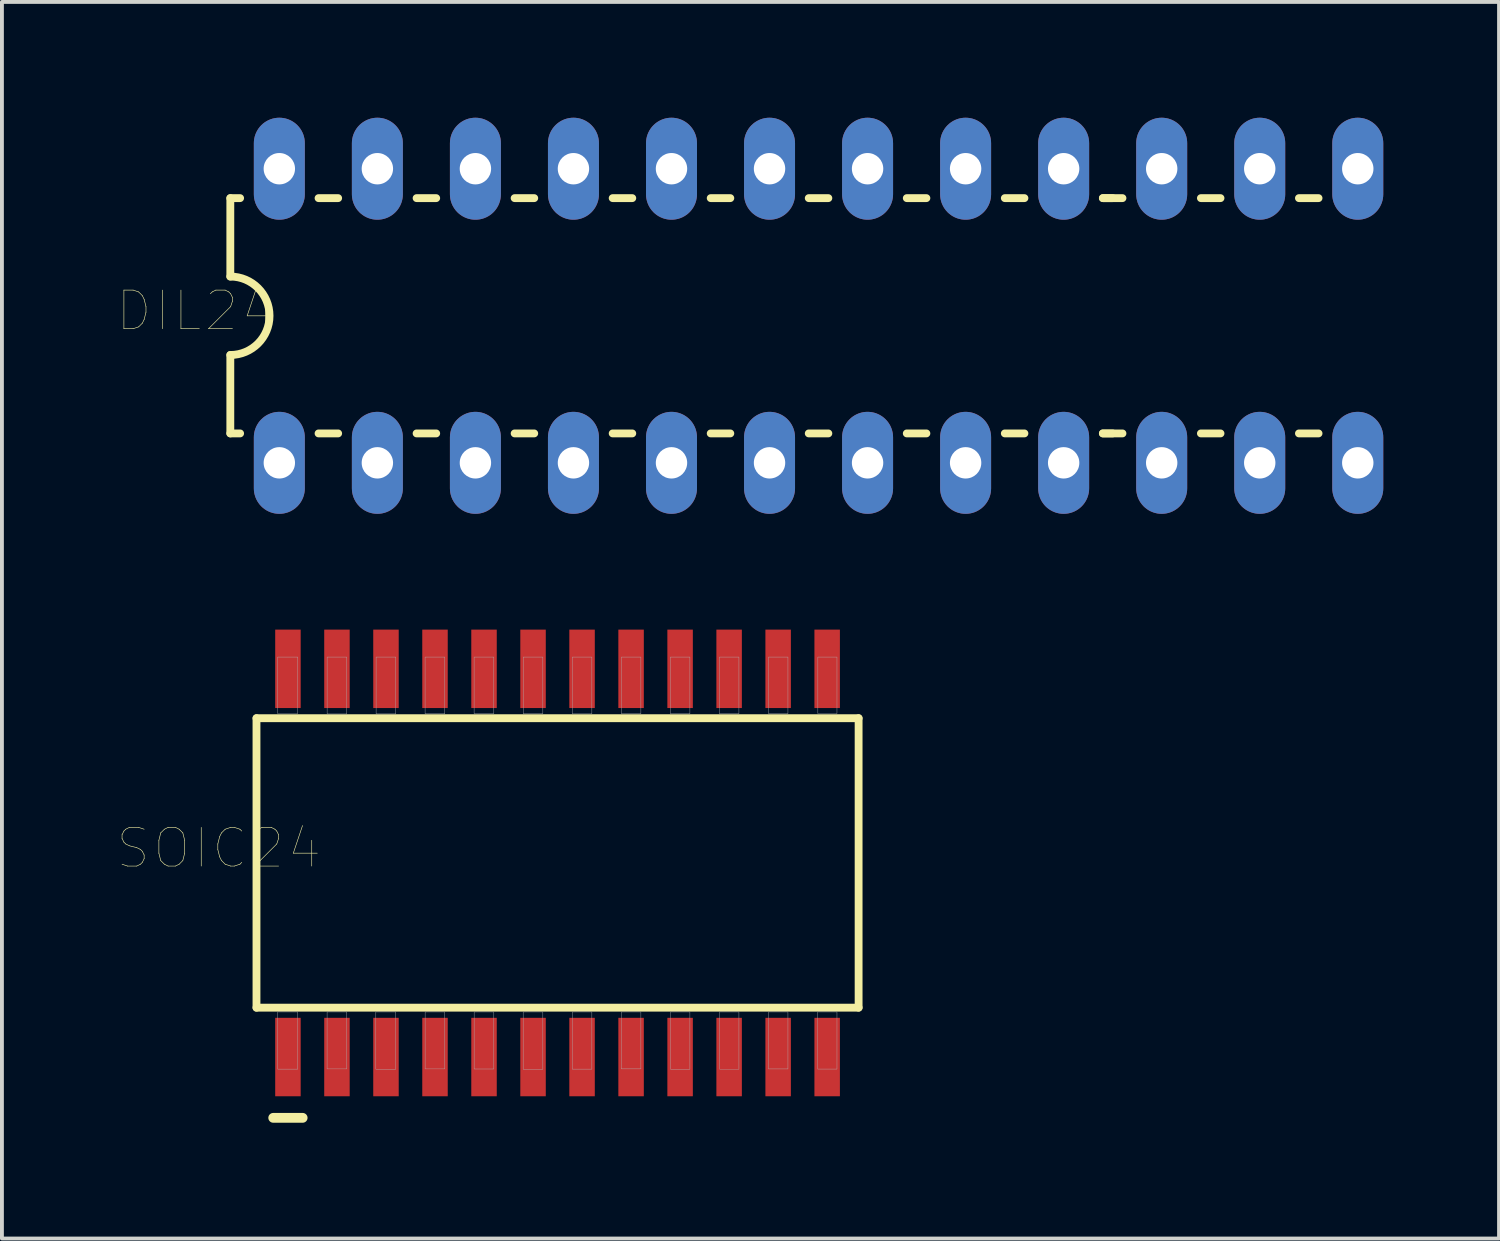
<source format=kicad_pcb>
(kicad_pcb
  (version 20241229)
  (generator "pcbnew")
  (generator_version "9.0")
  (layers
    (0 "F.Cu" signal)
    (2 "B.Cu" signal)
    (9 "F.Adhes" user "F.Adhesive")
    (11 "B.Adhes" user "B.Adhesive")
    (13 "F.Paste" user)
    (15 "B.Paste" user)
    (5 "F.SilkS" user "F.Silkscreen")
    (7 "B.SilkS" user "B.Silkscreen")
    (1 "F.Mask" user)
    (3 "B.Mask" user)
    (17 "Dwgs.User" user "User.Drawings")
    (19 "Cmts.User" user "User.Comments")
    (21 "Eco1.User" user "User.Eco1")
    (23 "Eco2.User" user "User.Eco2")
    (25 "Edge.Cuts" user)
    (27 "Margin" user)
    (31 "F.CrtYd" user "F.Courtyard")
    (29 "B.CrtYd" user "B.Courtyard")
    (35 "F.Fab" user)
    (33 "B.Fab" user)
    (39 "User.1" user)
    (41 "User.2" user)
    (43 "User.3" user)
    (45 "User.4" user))
  (footprint "SOIC24"
    (layer "F.Cu")
    (at 11.395 19.307)
    (property "Reference" "SOIC24" (at -8.778 -0.382 180) (layer "F.SilkS") (effects (font (size 1.002 1.002) (thickness 0.015))))
    (attr through_hole)
    (fp_line (start -7.8 -3.75) (end -7.8 3.75) (stroke (width 0.203) (type solid)) (layer "F.SilkS"))
    (fp_line (start -7.8 3.75) (end 7.8 3.75) (stroke (width 0.203) (type solid)) (layer "F.SilkS"))
    (fp_line (start -7.366 6.604) (end -6.604 6.604) (stroke (width 0.254) (type solid)) (layer "F.SilkS"))
    (fp_line (start 7.8 -3.75) (end -7.8 -3.75) (stroke (width 0.203) (type solid)) (layer "F.SilkS"))
    (fp_line (start 7.8 3.75) (end 7.8 -3.75) (stroke (width 0.203) (type solid)) (layer "F.SilkS"))
    (fp_poly (pts (xy -7.252 -5.334) (xy -6.731 -5.334) (xy -6.731 -3.868) (xy -7.252 -3.868)) (stroke (width 0.01) (type solid)) (fill no) (layer "F.Fab"))
    (fp_poly (pts (xy -7.25 3.861) (xy -6.731 3.861) (xy -6.731 5.342) (xy -7.25 5.342)) (stroke (width 0.01) (type solid)) (fill no) (layer "F.Fab"))
    (fp_poly (pts (xy -5.971 3.861) (xy -5.461 3.861) (xy -5.461 5.336) (xy -5.971 5.336)) (stroke (width 0.01) (type solid)) (fill no) (layer "F.Fab"))
    (fp_poly (pts (xy -5.97 -5.334) (xy -5.461 -5.334) (xy -5.461 -3.861) (xy -5.97 -3.861)) (stroke (width 0.01) (type solid)) (fill no) (layer "F.Fab"))
    (fp_poly (pts (xy -4.708 3.861) (xy -4.191 3.861) (xy -4.191 5.344) (xy -4.708 5.344)) (stroke (width 0.01) (type solid)) (fill no) (layer "F.Fab"))
    (fp_poly (pts (xy -4.701 -5.334) (xy -4.191 -5.334) (xy -4.191 -3.862) (xy -4.701 -3.862)) (stroke (width 0.01) (type solid)) (fill no) (layer "F.Fab"))
    (fp_poly (pts (xy -3.432 -5.334) (xy -2.921 -5.334) (xy -2.921 -3.864) (xy -3.432 -3.864)) (stroke (width 0.01) (type solid)) (fill no) (layer "F.Fab"))
    (fp_poly (pts (xy -3.431 3.861) (xy -2.921 3.861) (xy -2.921 5.336) (xy -3.431 5.336)) (stroke (width 0.01) (type solid)) (fill no) (layer "F.Fab"))
    (fp_poly (pts (xy -2.162 -5.334) (xy -1.651 -5.334) (xy -1.651 -3.867) (xy -2.162 -3.867)) (stroke (width 0.01) (type solid)) (fill no) (layer "F.Fab"))
    (fp_poly (pts (xy -2.161 3.861) (xy -1.651 3.861) (xy -1.651 5.338) (xy -2.161 5.338)) (stroke (width 0.01) (type solid)) (fill no) (layer "F.Fab"))
    (fp_poly (pts (xy -0.891 3.861) (xy -0.381 3.861) (xy -0.381 5.344) (xy -0.891 5.344)) (stroke (width 0.01) (type solid)) (fill no) (layer "F.Fab"))
    (fp_poly (pts (xy -0.89 -5.334) (xy -0.381 -5.334) (xy -0.381 -3.865) (xy -0.89 -3.865)) (stroke (width 0.01) (type solid)) (fill no) (layer "F.Fab"))
    (fp_poly (pts (xy 0.381 -5.334) (xy 0.889 -5.334) (xy 0.889 -3.863) (xy 0.381 -3.863)) (stroke (width 0.01) (type solid)) (fill no) (layer "F.Fab"))
    (fp_poly (pts (xy 0.382 3.861) (xy 0.889 3.861) (xy 0.889 5.342) (xy 0.382 5.342)) (stroke (width 0.01) (type solid)) (fill no) (layer "F.Fab"))
    (fp_poly (pts (xy 1.651 3.861) (xy 2.159 3.861) (xy 2.159 5.335) (xy 1.651 5.335)) (stroke (width 0.01) (type solid)) (fill no) (layer "F.Fab"))
    (fp_poly (pts (xy 1.653 -5.334) (xy 2.159 -5.334) (xy 2.159 -3.865) (xy 1.653 -3.865)) (stroke (width 0.01) (type solid)) (fill no) (layer "F.Fab"))
    (fp_poly (pts (xy 2.923 -5.334) (xy 3.429 -5.334) (xy 3.429 -3.864) (xy 2.923 -3.864)) (stroke (width 0.01) (type solid)) (fill no) (layer "F.Fab"))
    (fp_poly (pts (xy 2.926 3.861) (xy 3.429 3.861) (xy 3.429 5.344) (xy 2.926 5.344)) (stroke (width 0.01) (type solid)) (fill no) (layer "F.Fab"))
    (fp_poly (pts (xy 4.194 -5.334) (xy 4.699 -5.334) (xy 4.699 -3.864) (xy 4.194 -3.864)) (stroke (width 0.01) (type solid)) (fill no) (layer "F.Fab"))
    (fp_poly (pts (xy 4.198 3.861) (xy 4.699 3.861) (xy 4.699 5.343) (xy 4.198 5.343)) (stroke (width 0.01) (type solid)) (fill no) (layer "F.Fab"))
    (fp_poly (pts (xy 5.464 3.861) (xy 5.969 3.861) (xy 5.969 5.337) (xy 5.464 5.337)) (stroke (width 0.01) (type solid)) (fill no) (layer "F.Fab"))
    (fp_poly (pts (xy 5.467 -5.334) (xy 5.969 -5.334) (xy 5.969 -3.865) (xy 5.467 -3.865)) (stroke (width 0.01) (type solid)) (fill no) (layer "F.Fab"))
    (fp_poly (pts (xy 6.74 3.861) (xy 7.239 3.861) (xy 7.239 5.341) (xy 6.74 5.341)) (stroke (width 0.01) (type solid)) (fill no) (layer "F.Fab"))
    (fp_poly (pts (xy 6.744 -5.334) (xy 7.239 -5.334) (xy 7.239 -3.868) (xy 6.744 -3.868)) (stroke (width 0.01) (type solid)) (fill no) (layer "F.Fab"))
    (pad "1" smd rect (at -6.985 5.029) (size 0.66 2.032) (layers "F.Cu" "F.Mask" "F.Paste"))
    (pad "2" smd rect (at -5.715 5.029) (size 0.66 2.032) (layers "F.Cu" "F.Mask" "F.Paste"))
    (pad "3" smd rect (at -4.445 5.029) (size 0.66 2.032) (layers "F.Cu" "F.Mask" "F.Paste"))
    (pad "4" smd rect (at -3.175 5.029) (size 0.66 2.032) (layers "F.Cu" "F.Mask" "F.Paste"))
    (pad "5" smd rect (at -1.905 5.029) (size 0.66 2.032) (layers "F.Cu" "F.Mask" "F.Paste"))
    (pad "6" smd rect (at -0.635 5.029) (size 0.66 2.032) (layers "F.Cu" "F.Mask" "F.Paste"))
    (pad "7" smd rect (at 0.635 5.029) (size 0.66 2.032) (layers "F.Cu" "F.Mask" "F.Paste"))
    (pad "8" smd rect (at 1.905 5.029) (size 0.66 2.032) (layers "F.Cu" "F.Mask" "F.Paste"))
    (pad "9" smd rect (at 3.175 5.029) (size 0.66 2.032) (layers "F.Cu" "F.Mask" "F.Paste"))
    (pad "10" smd rect (at 4.445 5.029) (size 0.66 2.032) (layers "F.Cu" "F.Mask" "F.Paste"))
    (pad "11" smd rect (at 5.715 5.029) (size 0.66 2.032) (layers "F.Cu" "F.Mask" "F.Paste"))
    (pad "12" smd rect (at 6.985 5.029) (size 0.66 2.032) (layers "F.Cu" "F.Mask" "F.Paste"))
    (pad "13" smd rect (at 6.985 -5.029) (size 0.66 2.032) (layers "F.Cu" "F.Mask" "F.Paste"))
    (pad "14" smd rect (at 5.715 -5.029) (size 0.66 2.032) (layers "F.Cu" "F.Mask" "F.Paste"))
    (pad "15" smd rect (at 4.445 -5.029) (size 0.66 2.032) (layers "F.Cu" "F.Mask" "F.Paste"))
    (pad "16" smd rect (at 3.175 -5.029) (size 0.66 2.032) (layers "F.Cu" "F.Mask" "F.Paste"))
    (pad "17" smd rect (at 1.905 -5.029) (size 0.66 2.032) (layers "F.Cu" "F.Mask" "F.Paste"))
    (pad "18" smd rect (at 0.635 -5.029) (size 0.66 2.032) (layers "F.Cu" "F.Mask" "F.Paste"))
    (pad "19" smd rect (at -0.635 -5.029) (size 0.66 2.032) (layers "F.Cu" "F.Mask" "F.Paste"))
    (pad "20" smd rect (at -1.905 -5.029) (size 0.66 2.032) (layers "F.Cu" "F.Mask" "F.Paste"))
    (pad "21" smd rect (at -3.175 -5.029) (size 0.66 2.032) (layers "F.Cu" "F.Mask" "F.Paste"))
    (pad "22" smd rect (at -4.445 -5.029) (size 0.66 2.032) (layers "F.Cu" "F.Mask" "F.Paste"))
    (pad "23" smd rect (at -5.715 -5.029) (size 0.66 2.032) (layers "F.Cu" "F.Mask" "F.Paste"))
    (pad "24" smd rect (at -6.985 -5.029) (size 0.66 2.032) (layers "F.Cu" "F.Mask" "F.Paste")))
  (footprint "DIL24"
    (layer "F.Cu")
    (at 18.157 5.131)
    (property "Reference" "DIL24" (at -16.138 -0.127 180) (layer "F.SilkS") (effects (font (size 1.001 1.001) (thickness 0.015))))
    (attr through_hole)
    (fp_line (start -15.24 -3.048) (end -15.24 -1.016) (stroke (width 0.203) (type solid)) (layer "F.SilkS"))
    (fp_line (start -15.24 -3.048) (end -14.986 -3.048) (stroke (width 0.203) (type solid)) (layer "F.SilkS"))
    (fp_line (start -15.24 3.048) (end -15.24 1.016) (stroke (width 0.203) (type solid)) (layer "F.SilkS"))
    (fp_line (start -15.24 3.048) (end -14.986 3.048) (stroke (width 0.203) (type solid)) (layer "F.SilkS"))
    (fp_line (start -12.954 -3.048) (end -12.446 -3.048) (stroke (width 0.203) (type solid)) (layer "F.SilkS"))
    (fp_line (start -12.954 3.048) (end -12.446 3.048) (stroke (width 0.203) (type solid)) (layer "F.SilkS"))
    (fp_line (start -10.414 -3.048) (end -9.906 -3.048) (stroke (width 0.203) (type solid)) (layer "F.SilkS"))
    (fp_line (start -10.414 3.048) (end -9.906 3.048) (stroke (width 0.203) (type solid)) (layer "F.SilkS"))
    (fp_line (start -7.874 -3.048) (end -7.366 -3.048) (stroke (width 0.203) (type solid)) (layer "F.SilkS"))
    (fp_line (start -7.874 3.048) (end -7.366 3.048) (stroke (width 0.203) (type solid)) (layer "F.SilkS"))
    (fp_line (start -5.334 -3.048) (end -4.826 -3.048) (stroke (width 0.203) (type solid)) (layer "F.SilkS"))
    (fp_line (start -5.334 3.048) (end -4.826 3.048) (stroke (width 0.203) (type solid)) (layer "F.SilkS"))
    (fp_line (start -2.794 -3.048) (end -2.286 -3.048) (stroke (width 0.203) (type solid)) (layer "F.SilkS"))
    (fp_line (start -2.794 3.048) (end -2.286 3.048) (stroke (width 0.203) (type solid)) (layer "F.SilkS"))
    (fp_line (start -0.254 -3.048) (end 0.254 -3.048) (stroke (width 0.203) (type solid)) (layer "F.SilkS"))
    (fp_line (start -0.254 3.048) (end 0.254 3.048) (stroke (width 0.203) (type solid)) (layer "F.SilkS"))
    (fp_line (start 2.286 -3.048) (end 2.794 -3.048) (stroke (width 0.203) (type solid)) (layer "F.SilkS"))
    (fp_line (start 2.286 3.048) (end 2.794 3.048) (stroke (width 0.203) (type solid)) (layer "F.SilkS"))
    (fp_line (start 4.826 -3.048) (end 5.334 -3.048) (stroke (width 0.203) (type solid)) (layer "F.SilkS"))
    (fp_line (start 4.826 3.048) (end 5.334 3.048) (stroke (width 0.203) (type solid)) (layer "F.SilkS"))
    (fp_line (start 7.366 -3.048) (end 7.874 -3.048) (stroke (width 0.203) (type solid)) (layer "F.SilkS"))
    (fp_line (start 7.366 3.048) (end 7.874 3.048) (stroke (width 0.203) (type solid)) (layer "F.SilkS"))
    (fp_line (start 7.62 -3.048) (end 7.366 -3.048) (stroke (width 0.203) (type solid)) (layer "F.SilkS"))
    (fp_line (start 7.62 3.048) (end 7.366 3.048) (stroke (width 0.203) (type solid)) (layer "F.SilkS"))
    (fp_line (start 9.906 -3.048) (end 10.414 -3.048) (stroke (width 0.203) (type solid)) (layer "F.SilkS"))
    (fp_line (start 9.906 3.048) (end 10.414 3.048) (stroke (width 0.203) (type solid)) (layer "F.SilkS"))
    (fp_line (start 12.446 -3.048) (end 12.954 -3.048) (stroke (width 0.203) (type solid)) (layer "F.SilkS"))
    (fp_line (start 12.446 3.048) (end 12.954 3.048) (stroke (width 0.203) (type solid)) (layer "F.SilkS"))
    (fp_arc (start -15.24 -1.016) (mid -14.224 0) (end -15.24 1.016) (stroke (width 0.2032) (type solid)) (layer "F.SilkS"))
    (pad "1" thru_hole oval (at -13.97 3.81) (size 1.321 2.642) (drill 0.813) (layers "*.Cu" "*.Mask"))
    (pad "2" thru_hole oval (at -11.43 3.81) (size 1.321 2.642) (drill 0.813) (layers "*.Cu" "*.Mask"))
    (pad "3" thru_hole oval (at -8.89 3.81) (size 1.321 2.642) (drill 0.813) (layers "*.Cu" "*.Mask"))
    (pad "4" thru_hole oval (at -6.35 3.81) (size 1.321 2.642) (drill 0.813) (layers "*.Cu" "*.Mask"))
    (pad "5" thru_hole oval (at -3.81 3.81) (size 1.321 2.642) (drill 0.813) (layers "*.Cu" "*.Mask"))
    (pad "6" thru_hole oval (at -1.27 3.81) (size 1.321 2.642) (drill 0.813) (layers "*.Cu" "*.Mask"))
    (pad "7" thru_hole oval (at 1.27 3.81) (size 1.321 2.642) (drill 0.813) (layers "*.Cu" "*.Mask"))
    (pad "8" thru_hole oval (at 3.81 3.81) (size 1.321 2.642) (drill 0.813) (layers "*.Cu" "*.Mask"))
    (pad "9" thru_hole oval (at 6.35 3.81) (size 1.321 2.642) (drill 0.813) (layers "*.Cu" "*.Mask"))
    (pad "10" thru_hole oval (at 8.89 3.81) (size 1.321 2.642) (drill 0.813) (layers "*.Cu" "*.Mask"))
    (pad "11" thru_hole oval (at 11.43 3.81) (size 1.321 2.642) (drill 0.813) (layers "*.Cu" "*.Mask"))
    (pad "12" thru_hole oval (at 13.97 3.81) (size 1.321 2.642) (drill 0.813) (layers "*.Cu" "*.Mask"))
    (pad "13" thru_hole oval (at 13.97 -3.81) (size 1.321 2.642) (drill 0.813) (layers "*.Cu" "*.Mask"))
    (pad "14" thru_hole oval (at 11.43 -3.81) (size 1.321 2.642) (drill 0.813) (layers "*.Cu" "*.Mask"))
    (pad "15" thru_hole oval (at 8.89 -3.81) (size 1.321 2.642) (drill 0.813) (layers "*.Cu" "*.Mask"))
    (pad "16" thru_hole oval (at 6.35 -3.81) (size 1.321 2.642) (drill 0.813) (layers "*.Cu" "*.Mask"))
    (pad "17" thru_hole oval (at 3.81 -3.81) (size 1.321 2.642) (drill 0.813) (layers "*.Cu" "*.Mask"))
    (pad "18" thru_hole oval (at 1.27 -3.81) (size 1.321 2.642) (drill 0.813) (layers "*.Cu" "*.Mask"))
    (pad "19" thru_hole oval (at -1.27 -3.81) (size 1.321 2.642) (drill 0.813) (layers "*.Cu" "*.Mask"))
    (pad "20" thru_hole oval (at -3.81 -3.81) (size 1.321 2.642) (drill 0.813) (layers "*.Cu" "*.Mask"))
    (pad "21" thru_hole oval (at -6.35 -3.81) (size 1.321 2.642) (drill 0.813) (layers "*.Cu" "*.Mask"))
    (pad "22" thru_hole oval (at -8.89 -3.81) (size 1.321 2.642) (drill 0.813) (layers "*.Cu" "*.Mask"))
    (pad "23" thru_hole oval (at -11.43 -3.81) (size 1.321 2.642) (drill 0.813) (layers "*.Cu" "*.Mask"))
    (pad "24" thru_hole oval (at -13.97 -3.81) (size 1.321 2.642) (drill 0.813) (layers "*.Cu" "*.Mask")))
  (gr_rect
    (start -3 -3)
    (end 35.787 29.038)
    (stroke (width 0.1) (type default))
    (fill no)
    (layer "Edge.Cuts")))
</source>
